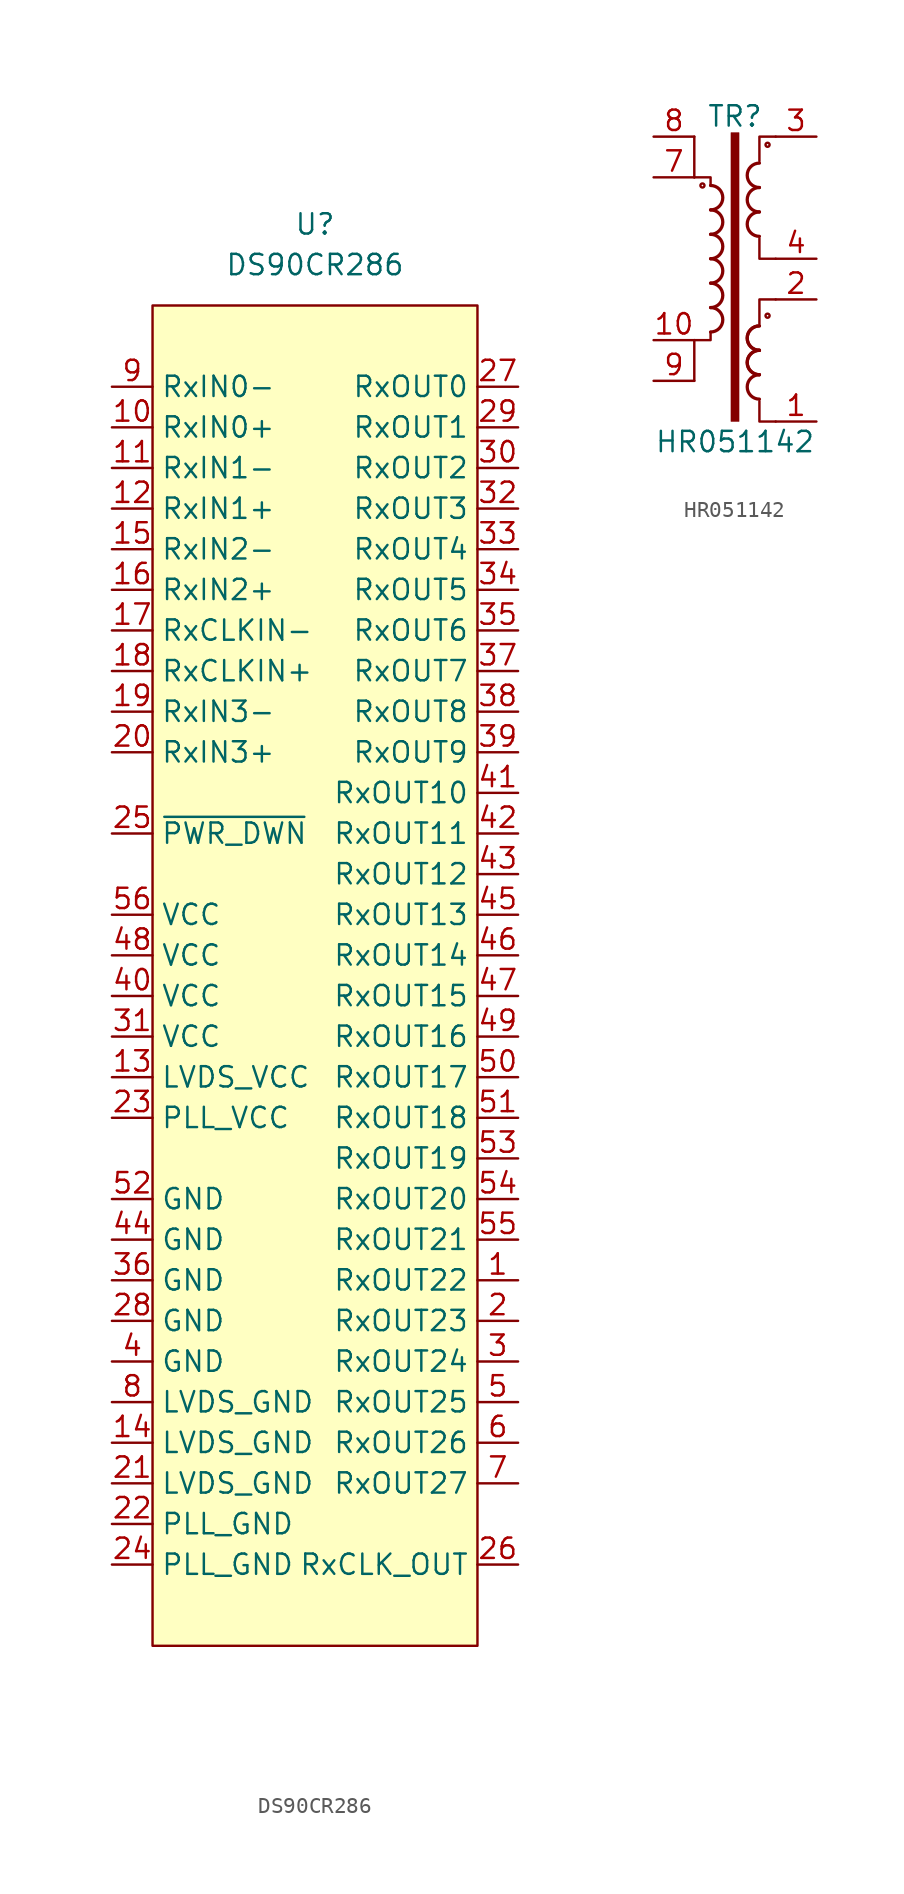
<source format=kicad_sym>
(kicad_symbol_lib
  (version 20231120)
  (generator "kicad_symbol_editor")
  (generator_version "8.0")
  (symbol "DS90CR286"
    (property "Reference" "U"
      (at 0 0 0)
      (effects (font (size 1.27 1.27))))
    (property "Value" "DS90CR286"
      (at 0 -2.54 0)
      (effects (font (size 1.27 1.27))))
    (symbol "DS90CR286_0_1"
      (rectangle (start -10.16 -5.08) (end 10.16 -88.9) (stroke (width 0.152) (type default)) (fill (type background))))
    (symbol "DS90CR286_1_1"
      (pin output line (at 12.7 -66.04 180) (length 2.54) (name "RxOUT22" (effects (font (size 1.27 1.27)))) (number "1" (effects (font (size 1.27 1.27)))))
      (pin input line (at -12.7 -12.7 0) (length 2.54) (name "RxIN0+" (effects (font (size 1.27 1.27)))) (number "10" (effects (font (size 1.27 1.27)))))
      (pin input line (at -12.7 -15.24 0) (length 2.54) (name "RxIN1-" (effects (font (size 1.27 1.27)))) (number "11" (effects (font (size 1.27 1.27)))))
      (pin input line (at -12.7 -17.78 0) (length 2.54) (name "RxIN1+" (effects (font (size 1.27 1.27)))) (number "12" (effects (font (size 1.27 1.27)))))
      (pin input line (at -12.7 -53.34 0) (length 2.54) (name "LVDS_VCC" (effects (font (size 1.27 1.27)))) (number "13" (effects (font (size 1.27 1.27)))))
      (pin input line (at -12.7 -76.2 0) (length 2.54) (name "LVDS_GND" (effects (font (size 1.27 1.27)))) (number "14" (effects (font (size 1.27 1.27)))))
      (pin input line (at -12.7 -20.32 0) (length 2.54) (name "RxIN2-" (effects (font (size 1.27 1.27)))) (number "15" (effects (font (size 1.27 1.27)))))
      (pin input line (at -12.7 -22.86 0) (length 2.54) (name "RxIN2+" (effects (font (size 1.27 1.27)))) (number "16" (effects (font (size 1.27 1.27)))))
      (pin input line (at -12.7 -25.4 0) (length 2.54) (name "RxCLKIN-" (effects (font (size 1.27 1.27)))) (number "17" (effects (font (size 1.27 1.27)))))
      (pin input line (at -12.7 -27.94 0) (length 2.54) (name "RxCLKIN+" (effects (font (size 1.27 1.27)))) (number "18" (effects (font (size 1.27 1.27)))))
      (pin input line (at -12.7 -30.48 0) (length 2.54) (name "RxIN3-" (effects (font (size 1.27 1.27)))) (number "19" (effects (font (size 1.27 1.27)))))
      (pin output line (at 12.7 -68.58 180) (length 2.54) (name "RxOUT23" (effects (font (size 1.27 1.27)))) (number "2" (effects (font (size 1.27 1.27)))))
      (pin input line (at -12.7 -33.02 0) (length 2.54) (name "RxIN3+" (effects (font (size 1.27 1.27)))) (number "20" (effects (font (size 1.27 1.27)))))
      (pin input line (at -12.7 -78.74 0) (length 2.54) (name "LVDS_GND" (effects (font (size 1.27 1.27)))) (number "21" (effects (font (size 1.27 1.27)))))
      (pin input line (at -12.7 -81.28 0) (length 2.54) (name "PLL_GND" (effects (font (size 1.27 1.27)))) (number "22" (effects (font (size 1.27 1.27)))))
      (pin input line (at -12.7 -55.88 0) (length 2.54) (name "PLL_VCC" (effects (font (size 1.27 1.27)))) (number "23" (effects (font (size 1.27 1.27)))))
      (pin input line (at -12.7 -83.82 0) (length 2.54) (name "PLL_GND" (effects (font (size 1.27 1.27)))) (number "24" (effects (font (size 1.27 1.27)))))
      (pin input line (at -12.7 -38.1 0) (length 2.54) (name "~{PWR_DWN}" (effects (font (size 1.27 1.27)))) (number "25" (effects (font (size 1.27 1.27)))))
      (pin input line (at 12.7 -83.82 180) (length 2.54) (name "RxCLK_OUT" (effects (font (size 1.27 1.27)))) (number "26" (effects (font (size 1.27 1.27)))))
      (pin output line (at 12.7 -10.16 180) (length 2.54) (name "RxOUT0" (effects (font (size 1.27 1.27)))) (number "27" (effects (font (size 1.27 1.27)))))
      (pin input line (at -12.7 -68.58 0) (length 2.54) (name "GND" (effects (font (size 1.27 1.27)))) (number "28" (effects (font (size 1.27 1.27)))))
      (pin output line (at 12.7 -12.7 180) (length 2.54) (name "RxOUT1" (effects (font (size 1.27 1.27)))) (number "29" (effects (font (size 1.27 1.27)))))
      (pin output line (at 12.7 -71.12 180) (length 2.54) (name "RxOUT24" (effects (font (size 1.27 1.27)))) (number "3" (effects (font (size 1.27 1.27)))))
      (pin output line (at 12.7 -15.24 180) (length 2.54) (name "RxOUT2" (effects (font (size 1.27 1.27)))) (number "30" (effects (font (size 1.27 1.27)))))
      (pin input line (at -12.7 -50.8 0) (length 2.54) (name "VCC" (effects (font (size 1.27 1.27)))) (number "31" (effects (font (size 1.27 1.27)))))
      (pin output line (at 12.7 -17.78 180) (length 2.54) (name "RxOUT3" (effects (font (size 1.27 1.27)))) (number "32" (effects (font (size 1.27 1.27)))))
      (pin output line (at 12.7 -20.32 180) (length 2.54) (name "RxOUT4" (effects (font (size 1.27 1.27)))) (number "33" (effects (font (size 1.27 1.27)))))
      (pin output line (at 12.7 -22.86 180) (length 2.54) (name "RxOUT5" (effects (font (size 1.27 1.27)))) (number "34" (effects (font (size 1.27 1.27)))))
      (pin output line (at 12.7 -25.4 180) (length 2.54) (name "RxOUT6" (effects (font (size 1.27 1.27)))) (number "35" (effects (font (size 1.27 1.27)))))
      (pin input line (at -12.7 -66.04 0) (length 2.54) (name "GND" (effects (font (size 1.27 1.27)))) (number "36" (effects (font (size 1.27 1.27)))))
      (pin output line (at 12.7 -27.94 180) (length 2.54) (name "RxOUT7" (effects (font (size 1.27 1.27)))) (number "37" (effects (font (size 1.27 1.27)))))
      (pin output line (at 12.7 -30.48 180) (length 2.54) (name "RxOUT8" (effects (font (size 1.27 1.27)))) (number "38" (effects (font (size 1.27 1.27)))))
      (pin output line (at 12.7 -33.02 180) (length 2.54) (name "RxOUT9" (effects (font (size 1.27 1.27)))) (number "39" (effects (font (size 1.27 1.27)))))
      (pin input line (at -12.7 -71.12 0) (length 2.54) (name "GND" (effects (font (size 1.27 1.27)))) (number "4" (effects (font (size 1.27 1.27)))))
      (pin input line (at -12.7 -48.26 0) (length 2.54) (name "VCC" (effects (font (size 1.27 1.27)))) (number "40" (effects (font (size 1.27 1.27)))))
      (pin output line (at 12.7 -35.56 180) (length 2.54) (name "RxOUT10" (effects (font (size 1.27 1.27)))) (number "41" (effects (font (size 1.27 1.27)))))
      (pin output line (at 12.7 -38.1 180) (length 2.54) (name "RxOUT11" (effects (font (size 1.27 1.27)))) (number "42" (effects (font (size 1.27 1.27)))))
      (pin output line (at 12.7 -40.64 180) (length 2.54) (name "RxOUT12" (effects (font (size 1.27 1.27)))) (number "43" (effects (font (size 1.27 1.27)))))
      (pin input line (at -12.7 -63.5 0) (length 2.54) (name "GND" (effects (font (size 1.27 1.27)))) (number "44" (effects (font (size 1.27 1.27)))))
      (pin output line (at 12.7 -43.18 180) (length 2.54) (name "RxOUT13" (effects (font (size 1.27 1.27)))) (number "45" (effects (font (size 1.27 1.27)))))
      (pin output line (at 12.7 -45.72 180) (length 2.54) (name "RxOUT14" (effects (font (size 1.27 1.27)))) (number "46" (effects (font (size 1.27 1.27)))))
      (pin output line (at 12.7 -48.26 180) (length 2.54) (name "RxOUT15" (effects (font (size 1.27 1.27)))) (number "47" (effects (font (size 1.27 1.27)))))
      (pin input line (at -12.7 -45.72 0) (length 2.54) (name "VCC" (effects (font (size 1.27 1.27)))) (number "48" (effects (font (size 1.27 1.27)))))
      (pin output line (at 12.7 -50.8 180) (length 2.54) (name "RxOUT16" (effects (font (size 1.27 1.27)))) (number "49" (effects (font (size 1.27 1.27)))))
      (pin output line (at 12.7 -73.66 180) (length 2.54) (name "RxOUT25" (effects (font (size 1.27 1.27)))) (number "5" (effects (font (size 1.27 1.27)))))
      (pin output line (at 12.7 -53.34 180) (length 2.54) (name "RxOUT17" (effects (font (size 1.27 1.27)))) (number "50" (effects (font (size 1.27 1.27)))))
      (pin output line (at 12.7 -55.88 180) (length 2.54) (name "RxOUT18" (effects (font (size 1.27 1.27)))) (number "51" (effects (font (size 1.27 1.27)))))
      (pin input line (at -12.7 -60.96 0) (length 2.54) (name "GND" (effects (font (size 1.27 1.27)))) (number "52" (effects (font (size 1.27 1.27)))))
      (pin output line (at 12.7 -58.42 180) (length 2.54) (name "RxOUT19" (effects (font (size 1.27 1.27)))) (number "53" (effects (font (size 1.27 1.27)))))
      (pin output line (at 12.7 -60.96 180) (length 2.54) (name "RxOUT20" (effects (font (size 1.27 1.27)))) (number "54" (effects (font (size 1.27 1.27)))))
      (pin output line (at 12.7 -63.5 180) (length 2.54) (name "RxOUT21" (effects (font (size 1.27 1.27)))) (number "55" (effects (font (size 1.27 1.27)))))
      (pin input line (at -12.7 -43.18 0) (length 2.54) (name "VCC" (effects (font (size 1.27 1.27)))) (number "56" (effects (font (size 1.27 1.27)))))
      (pin output line (at 12.7 -76.2 180) (length 2.54) (name "RxOUT26" (effects (font (size 1.27 1.27)))) (number "6" (effects (font (size 1.27 1.27)))))
      (pin output line (at 12.7 -78.74 180) (length 2.54) (name "RxOUT27" (effects (font (size 1.27 1.27)))) (number "7" (effects (font (size 1.27 1.27)))))
      (pin input line (at -12.7 -73.66 0) (length 2.54) (name "LVDS_GND" (effects (font (size 1.27 1.27)))) (number "8" (effects (font (size 1.27 1.27)))))
      (pin input line (at -12.7 -10.16 0) (length 2.54) (name "RxIN0-" (effects (font (size 1.27 1.27)))) (number "9" (effects (font (size 1.27 1.27)))))))
  (symbol "HR051142"
    (property "Reference" "TR"
      (at 0 8.89 0)
      (effects (font (size 1.27 1.27))))
    (property "Value" "HR051142"
      (at 0 -11.43 0)
      (effects (font (size 1.27 1.27))))
    (symbol "HR051142_0_1"
      (circle (center -2.032 4.572) (radius 0.127) (stroke (width 0) (type default)) (fill (type none)))
      (arc (start -1.524 -4.572) (mid -0.7653 -3.81) (end -1.524 -3.048) (stroke (width 0.2032) (type default)) (fill (type none)))
      (arc (start -1.524 -3.048) (mid -0.7653 -2.286) (end -1.524 -1.524) (stroke (width 0.2032) (type default)) (fill (type none)))
      (arc (start -1.524 -1.524) (mid -0.7653 -0.762) (end -1.524 0) (stroke (width 0.2032) (type default)) (fill (type none)))
      (arc (start -1.524 0) (mid -0.7653 0.762) (end -1.524 1.524) (stroke (width 0.2032) (type default)) (fill (type none)))
      (arc (start -1.524 1.524) (mid -0.7653 2.286) (end -1.524 3.048) (stroke (width 0.2032) (type default)) (fill (type none)))
      (arc (start -1.524 3.048) (mid -0.7653 3.81) (end -1.524 4.572) (stroke (width 0.2032) (type default)) (fill (type none)))
      (rectangle (start -0.254 7.874) (end 0.254 -10.16) (stroke (width 0.025) (type default)) (fill (type outline)))
      (polyline (pts (xy -2.54 -7.62) (xy -2.54 -5.08)) (stroke (width 0) (type default)) (fill (type none)))
      (polyline (pts (xy -2.54 7.62) (xy -2.54 5.08)) (stroke (width 0) (type default)) (fill (type none)))
      (polyline (pts (xy -1.524 -4.572) (xy -1.524 -5.08) (xy -2.54 -5.08)) (stroke (width 0) (type default)) (fill (type none)))
      (polyline (pts (xy -1.524 4.572) (xy -1.524 5.08) (xy -2.54 5.08)) (stroke (width 0) (type default)) (fill (type none)))
      (polyline (pts (xy 1.524 -8.89) (xy 1.524 -10.16) (xy 2.54 -10.16)) (stroke (width 0) (type default)) (fill (type none)))
      (polyline (pts (xy 2.54 -2.54) (xy 1.524 -2.54) (xy 1.524 -4.064)) (stroke (width 0) (type default)) (fill (type none)))
      (polyline (pts (xy 2.54 0) (xy 1.524 0) (xy 1.524 1.27)) (stroke (width 0) (type default)) (fill (type none)))
      (polyline (pts (xy 2.54 7.62) (xy 1.524 7.62) (xy 1.524 6.096)) (stroke (width 0) (type default)) (fill (type none)))
      (arc (start 1.524 -7.239) (mid 0.7653 -8.001) (end 1.524 -8.763) (stroke (width 0.2032) (type default)) (fill (type none)))
      (arc (start 1.524 -5.715) (mid 0.7653 -6.477) (end 1.524 -7.239) (stroke (width 0.2032) (type default)) (fill (type none)))
      (arc (start 1.524 -5.715) (mid 0.7653 -6.477) (end 1.524 -7.239) (stroke (width 0.2032) (type default)) (fill (type none)))
      (arc (start 1.524 -4.191) (mid 0.7653 -4.953) (end 1.524 -5.715) (stroke (width 0.2032) (type default)) (fill (type none)))
      (arc (start 1.524 -4.191) (mid 0.7653 -4.953) (end 1.524 -5.715) (stroke (width 0.2032) (type default)) (fill (type none)))
      (arc (start 1.524 2.921) (mid 0.7653 2.159) (end 1.524 1.397) (stroke (width 0.2032) (type default)) (fill (type none)))
      (arc (start 1.524 4.445) (mid 0.7653 3.683) (end 1.524 2.921) (stroke (width 0.2032) (type default)) (fill (type none)))
      (arc (start 1.524 5.969) (mid 0.7653 5.207) (end 1.524 4.445) (stroke (width 0.2032) (type default)) (fill (type none)))
      (circle (center 2.032 -3.556) (radius 0.127) (stroke (width 0) (type default)) (fill (type none)))
      (circle (center 2.032 7.112) (radius 0.127) (stroke (width 0) (type default)) (fill (type none))))
    (symbol "HR051142_1_1"
      (pin passive line (at 5.08 -10.16 180) (length 2.54) (name "~" (effects (font (size 1.27 1.27)))) (number "1" (effects (font (size 1.27 1.27)))))
      (pin passive line (at -5.08 -5.08 0) (length 2.54) (name "~" (effects (font (size 1.27 1.27)))) (number "10" (effects (font (size 1.27 1.27)))))
      (pin passive line (at 5.08 -2.54 180) (length 2.54) (name "~" (effects (font (size 1.27 1.27)))) (number "2" (effects (font (size 1.27 1.27)))))
      (pin passive line (at 5.08 7.62 180) (length 2.54) (name "~" (effects (font (size 1.27 1.27)))) (number "3" (effects (font (size 1.27 1.27)))))
      (pin passive line (at 5.08 0 180) (length 2.54) (name "~" (effects (font (size 1.27 1.27)))) (number "4" (effects (font (size 1.27 1.27)))))
      (pin passive line (at -5.08 5.08 0) (length 2.54) (name "~" (effects (font (size 1.27 1.27)))) (number "7" (effects (font (size 1.27 1.27)))))
      (pin passive line (at -5.08 7.62 0) (length 2.54) (name "~" (effects (font (size 1.27 1.27)))) (number "8" (effects (font (size 1.27 1.27)))))
      (pin passive line (at -5.08 -7.62 0) (length 2.54) (name "~" (effects (font (size 1.27 1.27)))) (number "9" (effects (font (size 1.27 1.27))))))))
</source>
